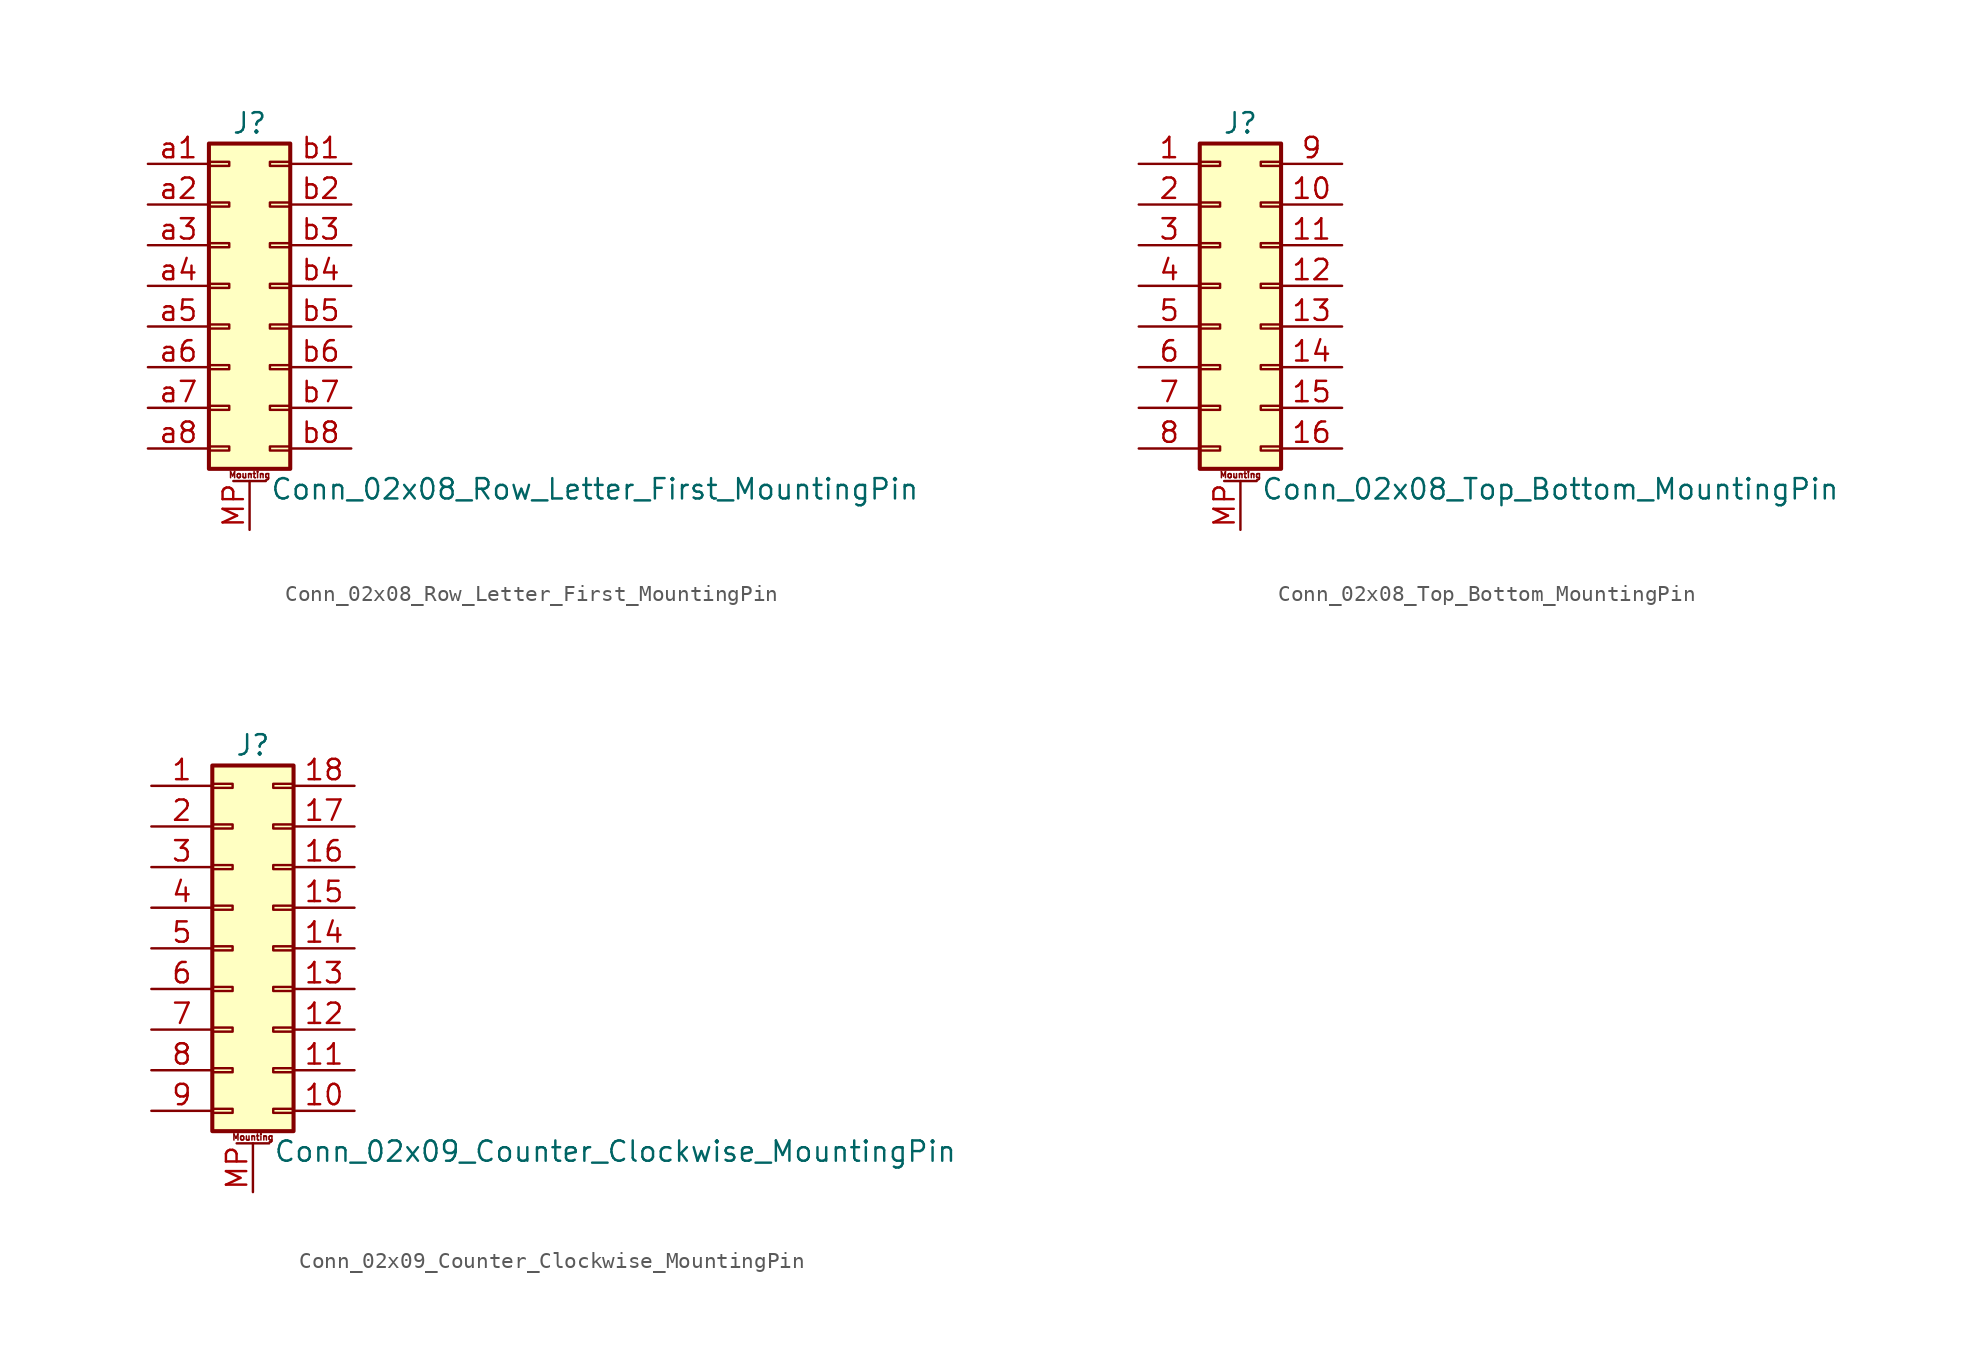
<source format=kicad_sym>
(kicad_symbol_lib
  (version 20201005)
  (generator kicad_symbol_editor)
  (symbol "Connector_Generic_MountingPin:Conn_02x08_Row_Letter_First_MountingPin"
    (pin_names
      (offset 1.016) hide)
    (property "Reference" "J"
      (at 1.27 10.16 0)
      (effects (font (size 1.27 1.27))))
    (property "Value" "Conn_02x08_Row_Letter_First_MountingPin"
      (at 2.54 -12.7 0)
      (effects (font (size 1.27 1.27)) (justify left)))
    (symbol "Conn_02x08_Row_Letter_First_MountingPin_1_1"
      (text "Mounting" (at 1.27 -11.811 0) (effects (font (size 0.381 0.381))))
      (rectangle (start -1.27 -4.953) (end 0 -5.207) (stroke (width 0.152)) (fill (type none)))
      (rectangle (start -1.27 -7.493) (end 0 -7.747) (stroke (width 0.152)) (fill (type none)))
      (rectangle (start -1.27 -10.033) (end 0 -10.287) (stroke (width 0.152)) (fill (type none)))
      (rectangle (start -1.27 -2.413) (end 0 -2.667) (stroke (width 0.152)) (fill (type none)))
      (rectangle (start -1.27 2.667) (end 0 2.413) (stroke (width 0.152)) (fill (type none)))
      (rectangle (start -1.27 5.207) (end 0 4.953) (stroke (width 0.152)) (fill (type none)))
      (rectangle (start -1.27 7.747) (end 0 7.493) (stroke (width 0.152)) (fill (type none)))
      (rectangle (start -1.27 8.89) (end 3.81 -11.43) (stroke (width 0.254)) (fill (type background)))
      (rectangle (start -1.27 0.127) (end 0 -0.127) (stroke (width 0.152)) (fill (type none)))
      (rectangle (start 3.81 -4.953) (end 2.54 -5.207) (stroke (width 0.152)) (fill (type none)))
      (rectangle (start 3.81 -7.493) (end 2.54 -7.747) (stroke (width 0.152)) (fill (type none)))
      (rectangle (start 3.81 -10.033) (end 2.54 -10.287) (stroke (width 0.152)) (fill (type none)))
      (rectangle (start 3.81 -2.413) (end 2.54 -2.667) (stroke (width 0.152)) (fill (type none)))
      (rectangle (start 3.81 2.667) (end 2.54 2.413) (stroke (width 0.152)) (fill (type none)))
      (rectangle (start 3.81 5.207) (end 2.54 4.953) (stroke (width 0.152)) (fill (type none)))
      (rectangle (start 3.81 7.747) (end 2.54 7.493) (stroke (width 0.152)) (fill (type none)))
      (rectangle (start 3.81 0.127) (end 2.54 -0.127) (stroke (width 0.152)) (fill (type none)))
      (polyline (pts (xy 0.254 -12.192) (xy 2.286 -12.192)) (stroke (width 0.152)) (fill (type none)))
      (pin passive line (at 1.27 -15.24 90) (length 3.048) (name "MountPin" (effects (font (size 1.27 1.27)))) (number "MP" (effects (font (size 1.27 1.27)))))
      (pin passive line (at -5.08 7.62 0) (length 3.81) (name "Pin_a1" (effects (font (size 1.27 1.27)))) (number "a1" (effects (font (size 1.27 1.27)))))
      (pin passive line (at -5.08 5.08 0) (length 3.81) (name "Pin_a2" (effects (font (size 1.27 1.27)))) (number "a2" (effects (font (size 1.27 1.27)))))
      (pin passive line (at -5.08 2.54 0) (length 3.81) (name "Pin_a3" (effects (font (size 1.27 1.27)))) (number "a3" (effects (font (size 1.27 1.27)))))
      (pin passive line (at -5.08 0 0) (length 3.81) (name "Pin_a4" (effects (font (size 1.27 1.27)))) (number "a4" (effects (font (size 1.27 1.27)))))
      (pin passive line (at -5.08 -2.54 0) (length 3.81) (name "Pin_a5" (effects (font (size 1.27 1.27)))) (number "a5" (effects (font (size 1.27 1.27)))))
      (pin passive line (at -5.08 -5.08 0) (length 3.81) (name "Pin_a6" (effects (font (size 1.27 1.27)))) (number "a6" (effects (font (size 1.27 1.27)))))
      (pin passive line (at -5.08 -7.62 0) (length 3.81) (name "Pin_a7" (effects (font (size 1.27 1.27)))) (number "a7" (effects (font (size 1.27 1.27)))))
      (pin passive line (at -5.08 -10.16 0) (length 3.81) (name "Pin_a8" (effects (font (size 1.27 1.27)))) (number "a8" (effects (font (size 1.27 1.27)))))
      (pin passive line (at 7.62 7.62 180) (length 3.81) (name "Pin_b1" (effects (font (size 1.27 1.27)))) (number "b1" (effects (font (size 1.27 1.27)))))
      (pin passive line (at 7.62 5.08 180) (length 3.81) (name "Pin_b2" (effects (font (size 1.27 1.27)))) (number "b2" (effects (font (size 1.27 1.27)))))
      (pin passive line (at 7.62 2.54 180) (length 3.81) (name "Pin_b3" (effects (font (size 1.27 1.27)))) (number "b3" (effects (font (size 1.27 1.27)))))
      (pin passive line (at 7.62 0 180) (length 3.81) (name "Pin_b4" (effects (font (size 1.27 1.27)))) (number "b4" (effects (font (size 1.27 1.27)))))
      (pin passive line (at 7.62 -2.54 180) (length 3.81) (name "Pin_b5" (effects (font (size 1.27 1.27)))) (number "b5" (effects (font (size 1.27 1.27)))))
      (pin passive line (at 7.62 -5.08 180) (length 3.81) (name "Pin_b6" (effects (font (size 1.27 1.27)))) (number "b6" (effects (font (size 1.27 1.27)))))
      (pin passive line (at 7.62 -7.62 180) (length 3.81) (name "Pin_b7" (effects (font (size 1.27 1.27)))) (number "b7" (effects (font (size 1.27 1.27)))))
      (pin passive line (at 7.62 -10.16 180) (length 3.81) (name "Pin_b8" (effects (font (size 1.27 1.27)))) (number "b8" (effects (font (size 1.27 1.27)))))))
  (symbol "Connector_Generic_MountingPin:Conn_02x08_Top_Bottom_MountingPin"
    (pin_names
      (offset 1.016) hide)
    (property "Reference" "J"
      (at 1.27 10.16 0)
      (effects (font (size 1.27 1.27))))
    (property "Value" "Conn_02x08_Top_Bottom_MountingPin"
      (at 2.54 -12.7 0)
      (effects (font (size 1.27 1.27)) (justify left)))
    (symbol "Conn_02x08_Top_Bottom_MountingPin_1_1"
      (text "Mounting" (at 1.27 -11.811 0) (effects (font (size 0.381 0.381))))
      (rectangle (start -1.27 -4.953) (end 0 -5.207) (stroke (width 0.152)) (fill (type none)))
      (rectangle (start -1.27 -7.493) (end 0 -7.747) (stroke (width 0.152)) (fill (type none)))
      (rectangle (start -1.27 -10.033) (end 0 -10.287) (stroke (width 0.152)) (fill (type none)))
      (rectangle (start -1.27 -2.413) (end 0 -2.667) (stroke (width 0.152)) (fill (type none)))
      (rectangle (start -1.27 2.667) (end 0 2.413) (stroke (width 0.152)) (fill (type none)))
      (rectangle (start -1.27 5.207) (end 0 4.953) (stroke (width 0.152)) (fill (type none)))
      (rectangle (start -1.27 7.747) (end 0 7.493) (stroke (width 0.152)) (fill (type none)))
      (rectangle (start -1.27 8.89) (end 3.81 -11.43) (stroke (width 0.254)) (fill (type background)))
      (rectangle (start -1.27 0.127) (end 0 -0.127) (stroke (width 0.152)) (fill (type none)))
      (rectangle (start 3.81 -4.953) (end 2.54 -5.207) (stroke (width 0.152)) (fill (type none)))
      (rectangle (start 3.81 -7.493) (end 2.54 -7.747) (stroke (width 0.152)) (fill (type none)))
      (rectangle (start 3.81 -10.033) (end 2.54 -10.287) (stroke (width 0.152)) (fill (type none)))
      (rectangle (start 3.81 -2.413) (end 2.54 -2.667) (stroke (width 0.152)) (fill (type none)))
      (rectangle (start 3.81 2.667) (end 2.54 2.413) (stroke (width 0.152)) (fill (type none)))
      (rectangle (start 3.81 5.207) (end 2.54 4.953) (stroke (width 0.152)) (fill (type none)))
      (rectangle (start 3.81 7.747) (end 2.54 7.493) (stroke (width 0.152)) (fill (type none)))
      (rectangle (start 3.81 0.127) (end 2.54 -0.127) (stroke (width 0.152)) (fill (type none)))
      (polyline (pts (xy 0.254 -12.192) (xy 2.286 -12.192)) (stroke (width 0.152)) (fill (type none)))
      (pin passive line (at 1.27 -15.24 90) (length 3.048) (name "MountPin" (effects (font (size 1.27 1.27)))) (number "MP" (effects (font (size 1.27 1.27)))))
      (pin passive line (at -5.08 7.62 0) (length 3.81) (name "Pin_1" (effects (font (size 1.27 1.27)))) (number "1" (effects (font (size 1.27 1.27)))))
      (pin passive line (at 7.62 5.08 180) (length 3.81) (name "Pin_10" (effects (font (size 1.27 1.27)))) (number "10" (effects (font (size 1.27 1.27)))))
      (pin passive line (at 7.62 2.54 180) (length 3.81) (name "Pin_11" (effects (font (size 1.27 1.27)))) (number "11" (effects (font (size 1.27 1.27)))))
      (pin passive line (at 7.62 0 180) (length 3.81) (name "Pin_12" (effects (font (size 1.27 1.27)))) (number "12" (effects (font (size 1.27 1.27)))))
      (pin passive line (at 7.62 -2.54 180) (length 3.81) (name "Pin_13" (effects (font (size 1.27 1.27)))) (number "13" (effects (font (size 1.27 1.27)))))
      (pin passive line (at 7.62 -5.08 180) (length 3.81) (name "Pin_14" (effects (font (size 1.27 1.27)))) (number "14" (effects (font (size 1.27 1.27)))))
      (pin passive line (at 7.62 -7.62 180) (length 3.81) (name "Pin_15" (effects (font (size 1.27 1.27)))) (number "15" (effects (font (size 1.27 1.27)))))
      (pin passive line (at 7.62 -10.16 180) (length 3.81) (name "Pin_16" (effects (font (size 1.27 1.27)))) (number "16" (effects (font (size 1.27 1.27)))))
      (pin passive line (at -5.08 5.08 0) (length 3.81) (name "Pin_2" (effects (font (size 1.27 1.27)))) (number "2" (effects (font (size 1.27 1.27)))))
      (pin passive line (at -5.08 2.54 0) (length 3.81) (name "Pin_3" (effects (font (size 1.27 1.27)))) (number "3" (effects (font (size 1.27 1.27)))))
      (pin passive line (at -5.08 0 0) (length 3.81) (name "Pin_4" (effects (font (size 1.27 1.27)))) (number "4" (effects (font (size 1.27 1.27)))))
      (pin passive line (at -5.08 -2.54 0) (length 3.81) (name "Pin_5" (effects (font (size 1.27 1.27)))) (number "5" (effects (font (size 1.27 1.27)))))
      (pin passive line (at -5.08 -5.08 0) (length 3.81) (name "Pin_6" (effects (font (size 1.27 1.27)))) (number "6" (effects (font (size 1.27 1.27)))))
      (pin passive line (at -5.08 -7.62 0) (length 3.81) (name "Pin_7" (effects (font (size 1.27 1.27)))) (number "7" (effects (font (size 1.27 1.27)))))
      (pin passive line (at -5.08 -10.16 0) (length 3.81) (name "Pin_8" (effects (font (size 1.27 1.27)))) (number "8" (effects (font (size 1.27 1.27)))))
      (pin passive line (at 7.62 7.62 180) (length 3.81) (name "Pin_9" (effects (font (size 1.27 1.27)))) (number "9" (effects (font (size 1.27 1.27)))))))
  (symbol "Connector_Generic_MountingPin:Conn_02x09_Counter_Clockwise_MountingPin"
    (pin_names
      (offset 1.016) hide)
    (property "Reference" "J"
      (at 1.27 12.7 0)
      (effects (font (size 1.27 1.27))))
    (property "Value" "Conn_02x09_Counter_Clockwise_MountingPin"
      (at 2.54 -12.7 0)
      (effects (font (size 1.27 1.27)) (justify left)))
    (symbol "Conn_02x09_Counter_Clockwise_MountingPin_1_1"
      (text "Mounting" (at 1.27 -11.811 0) (effects (font (size 0.381 0.381))))
      (rectangle (start -1.27 -4.953) (end 0 -5.207) (stroke (width 0.152)) (fill (type none)))
      (rectangle (start -1.27 -7.493) (end 0 -7.747) (stroke (width 0.152)) (fill (type none)))
      (rectangle (start -1.27 -10.033) (end 0 -10.287) (stroke (width 0.152)) (fill (type none)))
      (rectangle (start -1.27 -2.413) (end 0 -2.667) (stroke (width 0.152)) (fill (type none)))
      (rectangle (start -1.27 2.667) (end 0 2.413) (stroke (width 0.152)) (fill (type none)))
      (rectangle (start -1.27 5.207) (end 0 4.953) (stroke (width 0.152)) (fill (type none)))
      (rectangle (start -1.27 7.747) (end 0 7.493) (stroke (width 0.152)) (fill (type none)))
      (rectangle (start -1.27 10.287) (end 0 10.033) (stroke (width 0.152)) (fill (type none)))
      (rectangle (start -1.27 11.43) (end 3.81 -11.43) (stroke (width 0.254)) (fill (type background)))
      (rectangle (start -1.27 0.127) (end 0 -0.127) (stroke (width 0.152)) (fill (type none)))
      (rectangle (start 3.81 -4.953) (end 2.54 -5.207) (stroke (width 0.152)) (fill (type none)))
      (rectangle (start 3.81 -7.493) (end 2.54 -7.747) (stroke (width 0.152)) (fill (type none)))
      (rectangle (start 3.81 -10.033) (end 2.54 -10.287) (stroke (width 0.152)) (fill (type none)))
      (rectangle (start 3.81 -2.413) (end 2.54 -2.667) (stroke (width 0.152)) (fill (type none)))
      (rectangle (start 3.81 2.667) (end 2.54 2.413) (stroke (width 0.152)) (fill (type none)))
      (rectangle (start 3.81 5.207) (end 2.54 4.953) (stroke (width 0.152)) (fill (type none)))
      (rectangle (start 3.81 7.747) (end 2.54 7.493) (stroke (width 0.152)) (fill (type none)))
      (rectangle (start 3.81 10.287) (end 2.54 10.033) (stroke (width 0.152)) (fill (type none)))
      (rectangle (start 3.81 0.127) (end 2.54 -0.127) (stroke (width 0.152)) (fill (type none)))
      (polyline (pts (xy 0.254 -12.192) (xy 2.286 -12.192)) (stroke (width 0.152)) (fill (type none)))
      (pin passive line (at 1.27 -15.24 90) (length 3.048) (name "MountPin" (effects (font (size 1.27 1.27)))) (number "MP" (effects (font (size 1.27 1.27)))))
      (pin passive line (at -5.08 10.16 0) (length 3.81) (name "Pin_1" (effects (font (size 1.27 1.27)))) (number "1" (effects (font (size 1.27 1.27)))))
      (pin passive line (at 7.62 -10.16 180) (length 3.81) (name "Pin_10" (effects (font (size 1.27 1.27)))) (number "10" (effects (font (size 1.27 1.27)))))
      (pin passive line (at 7.62 -7.62 180) (length 3.81) (name "Pin_11" (effects (font (size 1.27 1.27)))) (number "11" (effects (font (size 1.27 1.27)))))
      (pin passive line (at 7.62 -5.08 180) (length 3.81) (name "Pin_12" (effects (font (size 1.27 1.27)))) (number "12" (effects (font (size 1.27 1.27)))))
      (pin passive line (at 7.62 -2.54 180) (length 3.81) (name "Pin_13" (effects (font (size 1.27 1.27)))) (number "13" (effects (font (size 1.27 1.27)))))
      (pin passive line (at 7.62 0 180) (length 3.81) (name "Pin_14" (effects (font (size 1.27 1.27)))) (number "14" (effects (font (size 1.27 1.27)))))
      (pin passive line (at 7.62 2.54 180) (length 3.81) (name "Pin_15" (effects (font (size 1.27 1.27)))) (number "15" (effects (font (size 1.27 1.27)))))
      (pin passive line (at 7.62 5.08 180) (length 3.81) (name "Pin_16" (effects (font (size 1.27 1.27)))) (number "16" (effects (font (size 1.27 1.27)))))
      (pin passive line (at 7.62 7.62 180) (length 3.81) (name "Pin_17" (effects (font (size 1.27 1.27)))) (number "17" (effects (font (size 1.27 1.27)))))
      (pin passive line (at 7.62 10.16 180) (length 3.81) (name "Pin_18" (effects (font (size 1.27 1.27)))) (number "18" (effects (font (size 1.27 1.27)))))
      (pin passive line (at -5.08 7.62 0) (length 3.81) (name "Pin_2" (effects (font (size 1.27 1.27)))) (number "2" (effects (font (size 1.27 1.27)))))
      (pin passive line (at -5.08 5.08 0) (length 3.81) (name "Pin_3" (effects (font (size 1.27 1.27)))) (number "3" (effects (font (size 1.27 1.27)))))
      (pin passive line (at -5.08 2.54 0) (length 3.81) (name "Pin_4" (effects (font (size 1.27 1.27)))) (number "4" (effects (font (size 1.27 1.27)))))
      (pin passive line (at -5.08 0 0) (length 3.81) (name "Pin_5" (effects (font (size 1.27 1.27)))) (number "5" (effects (font (size 1.27 1.27)))))
      (pin passive line (at -5.08 -2.54 0) (length 3.81) (name "Pin_6" (effects (font (size 1.27 1.27)))) (number "6" (effects (font (size 1.27 1.27)))))
      (pin passive line (at -5.08 -5.08 0) (length 3.81) (name "Pin_7" (effects (font (size 1.27 1.27)))) (number "7" (effects (font (size 1.27 1.27)))))
      (pin passive line (at -5.08 -7.62 0) (length 3.81) (name "Pin_8" (effects (font (size 1.27 1.27)))) (number "8" (effects (font (size 1.27 1.27)))))
      (pin passive line (at -5.08 -10.16 0) (length 3.81) (name "Pin_9" (effects (font (size 1.27 1.27)))) (number "9" (effects (font (size 1.27 1.27))))))))
</source>
